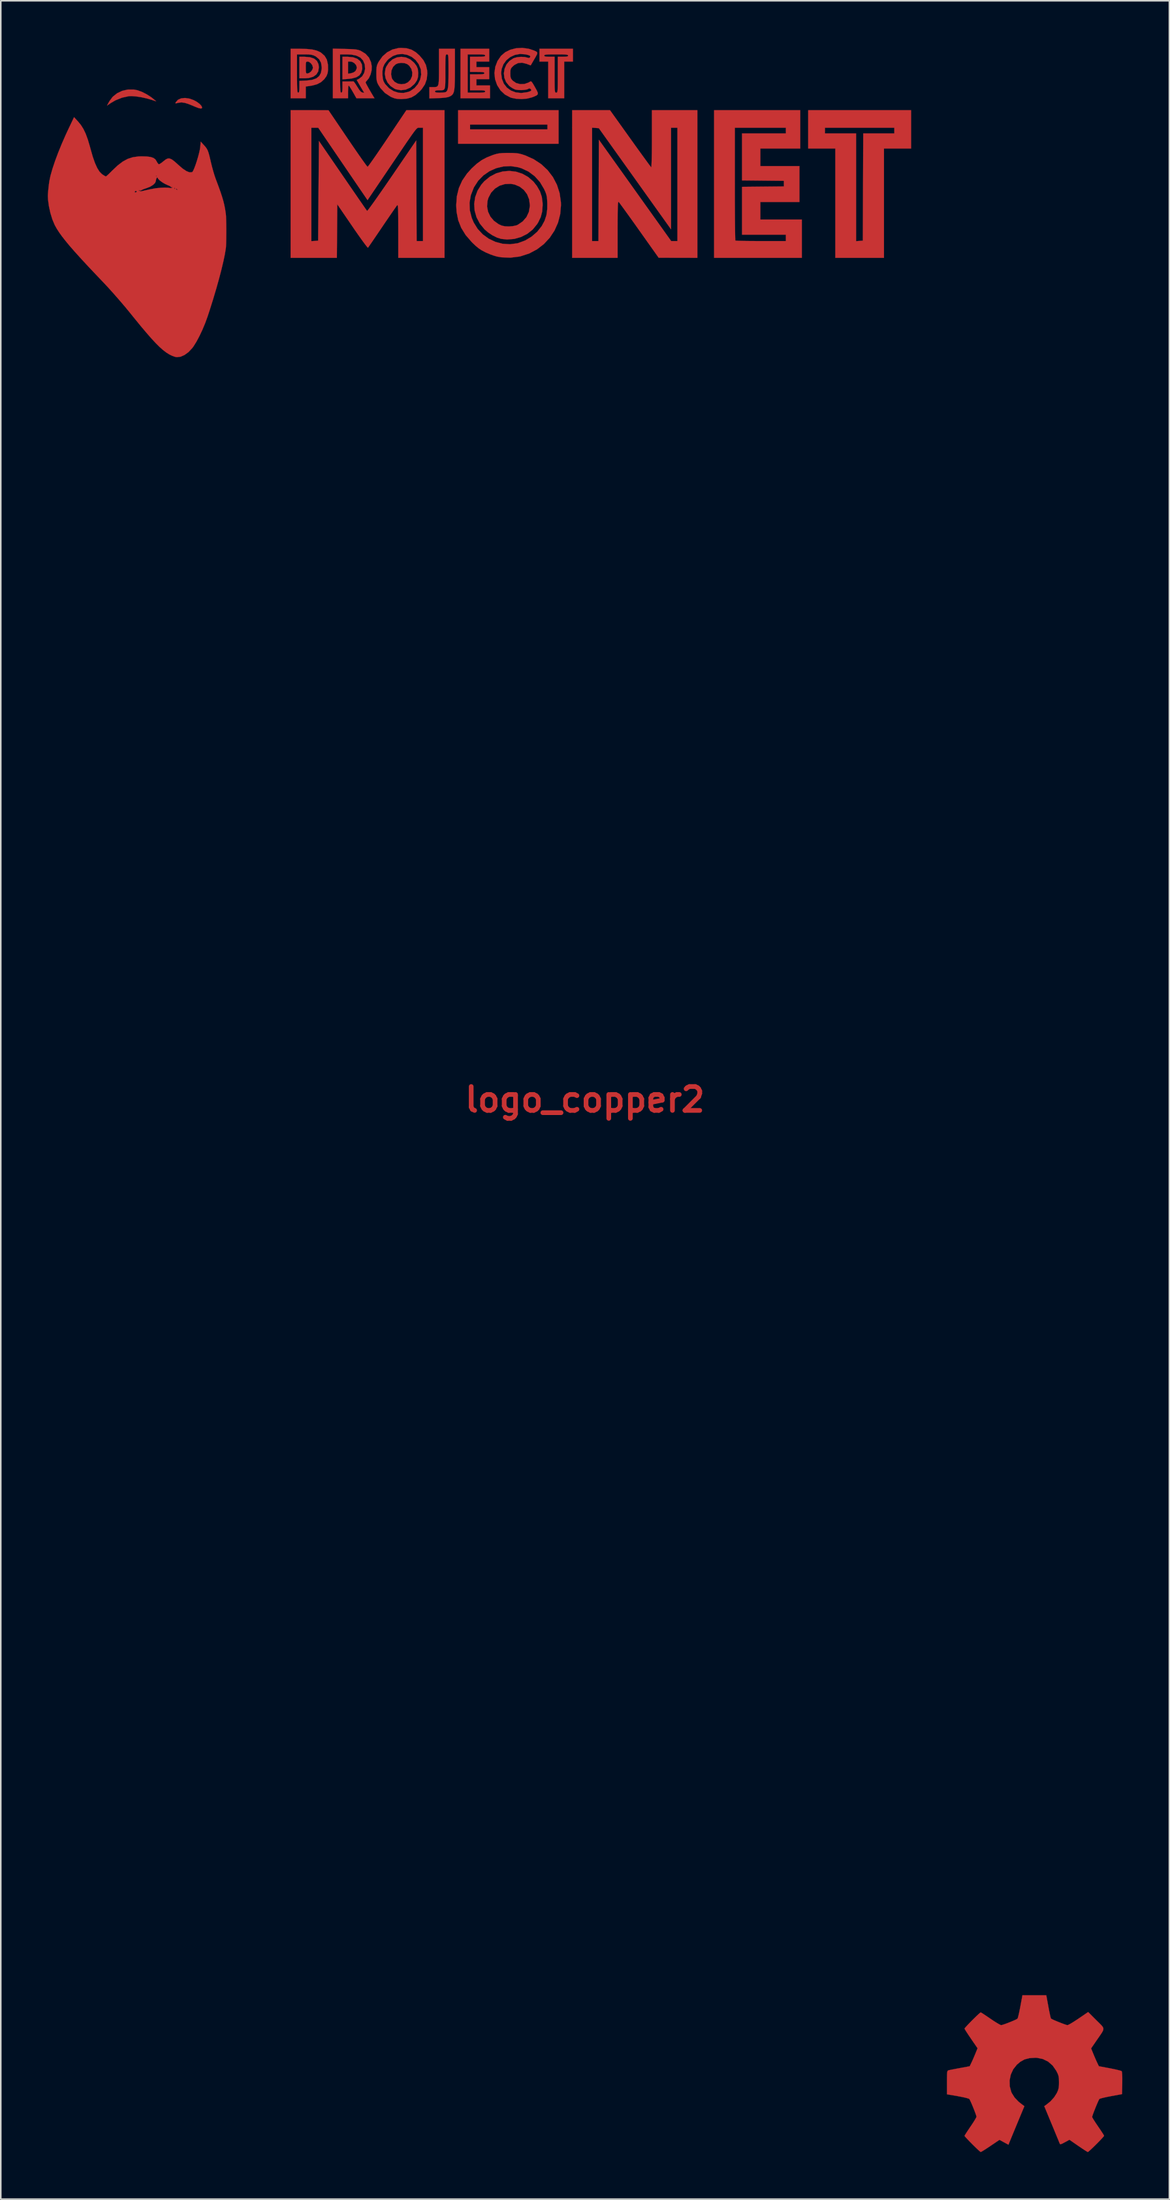
<source format=kicad_pcb>
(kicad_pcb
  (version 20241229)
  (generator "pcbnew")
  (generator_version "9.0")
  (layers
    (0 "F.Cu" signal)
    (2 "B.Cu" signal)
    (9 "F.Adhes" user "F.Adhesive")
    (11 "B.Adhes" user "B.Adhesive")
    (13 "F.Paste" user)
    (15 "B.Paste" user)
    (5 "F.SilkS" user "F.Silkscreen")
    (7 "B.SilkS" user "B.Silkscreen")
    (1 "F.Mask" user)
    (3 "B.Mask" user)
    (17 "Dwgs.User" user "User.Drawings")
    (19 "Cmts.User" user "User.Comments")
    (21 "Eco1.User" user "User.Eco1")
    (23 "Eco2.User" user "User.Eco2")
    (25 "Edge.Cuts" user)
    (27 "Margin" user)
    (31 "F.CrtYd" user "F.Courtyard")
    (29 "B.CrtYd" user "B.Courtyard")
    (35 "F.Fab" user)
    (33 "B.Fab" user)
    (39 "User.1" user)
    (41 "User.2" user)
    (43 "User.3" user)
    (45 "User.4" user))
  (footprint "logo_copper2"
    (layer "F.Cu")
    (at 34.282 67.1)
    (property "Reference" "logo_copper2" (at 0 0 0) (layer "F.Cu") (effects (font (size 1.524 1.524) (thickness 0.3))))
    (attr through_hole)
    (fp_poly (pts (xy -1.68 -60.98) (xy -8.093 -60.98) (xy -8.093 -62.202) (xy -7.33 -62.202) (xy -7.33 -61.897) (xy -2.392 -61.897) (xy -2.392 -62.202) (xy -7.33 -62.202) (xy -8.093 -62.202) (xy -8.093 -63.118) (xy -1.68 -63.118) (xy -1.68 -60.98)) (stroke (width 0.01) (type solid)) (fill yes) (layer "F.Cu"))
    (fp_poly (pts (xy 20.819 -60.675) (xy 19.088 -60.675) (xy 19.088 -53.701) (xy 15.983 -53.701) (xy 15.983 -60.675) (xy 14.253 -60.675) (xy 14.253 -61.998) (xy 15.321 -61.998) (xy 15.321 -61.642) (xy 17.307 -61.642) (xy 17.307 -54.764) (xy 17.739 -54.796) (xy 17.752 -58.219) (xy 17.765 -61.642) (xy 19.75 -61.642) (xy 19.75 -61.998) (xy 15.321 -61.998) (xy 14.253 -61.998) (xy 14.253 -63.118) (xy 20.819 -63.118) (xy 20.819 -60.675)) (stroke (width 0.01) (type solid)) (fill yes) (layer "F.Cu"))
    (fp_poly (pts (xy -28.791 -64.438) (xy -28.556 -64.392) (xy -28.277 -64.291) (xy -27.974 -64.137) (xy -27.691 -63.956) (xy -27.564 -63.857) (xy -27.362 -63.684) (xy -27.66 -63.783) (xy -27.985 -63.876) (xy -28.325 -63.949) (xy -28.652 -63.999) (xy -28.936 -64.02) (xy -29.107 -64.014) (xy -29.541 -63.919) (xy -29.968 -63.747) (xy -30.226 -63.598) (xy -30.501 -63.415) (xy -30.356 -63.683) (xy -30.143 -63.971) (xy -29.863 -64.197) (xy -29.533 -64.355) (xy -29.169 -64.438) (xy -28.791 -64.438)) (stroke (width 0.01) (type solid)) (fill yes) (layer "F.Cu"))
    (fp_poly (pts (xy -25.242 -63.859) (xy -24.975 -63.765) (xy -24.765 -63.65) (xy -24.591 -63.52) (xy -24.474 -63.393) (xy -24.433 -63.289) (xy -24.457 -63.236) (xy -24.536 -63.228) (xy -24.68 -63.264) (xy -24.898 -63.348) (xy -25.018 -63.4) (xy -25.317 -63.521) (xy -25.553 -63.592) (xy -25.748 -63.616) (xy -25.923 -63.598) (xy -25.975 -63.586) (xy -26.094 -63.556) (xy -26.135 -63.564) (xy -26.119 -63.614) (xy -26.11 -63.631) (xy -25.974 -63.784) (xy -25.773 -63.874) (xy -25.523 -63.9) (xy -25.242 -63.859)) (stroke (width 0.01) (type solid)) (fill yes) (layer "F.Cu"))
    (fp_poly (pts (xy -14.796 -66.496) (xy -14.53 -66.401) (xy -14.341 -66.248) (xy -14.233 -66.04) (xy -14.21 -65.781) (xy -14.214 -65.745) (xy -14.273 -65.514) (xy -14.396 -65.34) (xy -14.592 -65.219) (xy -14.869 -65.144) (xy -15.098 -65.117) (xy -15.474 -65.089) (xy -15.474 -66.223) (xy -15.118 -66.223) (xy -15.118 -65.446) (xy -14.927 -65.477) (xy -14.775 -65.526) (xy -14.657 -65.605) (xy -14.647 -65.617) (xy -14.579 -65.745) (xy -14.558 -65.849) (xy -14.603 -65.997) (xy -14.718 -66.127) (xy -14.871 -66.209) (xy -14.963 -66.223) (xy -15.118 -66.223) (xy -15.474 -66.223) (xy -15.474 -66.529) (xy -15.134 -66.529) (xy -14.796 -66.496)) (stroke (width 0.01) (type solid)) (fill yes) (layer "F.Cu"))
    (fp_poly (pts (xy -17.549 -66.5) (xy -17.287 -66.413) (xy -17.107 -66.267) (xy -17.005 -66.06) (xy -16.979 -65.858) (xy -17.018 -65.601) (xy -17.14 -65.399) (xy -17.341 -65.255) (xy -17.619 -65.174) (xy -17.879 -65.154) (xy -18.223 -65.154) (xy -18.223 -65.841) (xy -17.816 -65.841) (xy -17.813 -65.646) (xy -17.803 -65.532) (xy -17.777 -65.477) (xy -17.732 -65.46) (xy -17.712 -65.46) (xy -17.605 -65.494) (xy -17.489 -65.578) (xy -17.482 -65.585) (xy -17.396 -65.706) (xy -17.358 -65.827) (xy -17.358 -65.832) (xy -17.396 -65.982) (xy -17.491 -66.117) (xy -17.615 -66.206) (xy -17.692 -66.223) (xy -17.755 -66.218) (xy -17.792 -66.188) (xy -17.81 -66.112) (xy -17.815 -65.969) (xy -17.816 -65.841) (xy -18.223 -65.841) (xy -18.223 -66.529) (xy -17.893 -66.529) (xy -17.549 -66.5)) (stroke (width 0.01) (type solid)) (fill yes) (layer "F.Cu"))
    (fp_poly (pts (xy 13.743 -60.675) (xy 11.198 -60.675) (xy 11.198 -59.555) (xy 13.693 -59.555) (xy 13.693 -57.265) (xy 11.198 -57.265) (xy 11.198 -56.145) (xy 13.845 -56.145) (xy 13.845 -53.701) (xy 8.246 -53.701) (xy 8.246 -61.998) (xy 9.57 -61.998) (xy 9.57 -58.418) (xy 9.57 -57.824) (xy 9.571 -57.259) (xy 9.574 -56.732) (xy 9.576 -56.252) (xy 9.58 -55.827) (xy 9.584 -55.464) (xy 9.589 -55.172) (xy 9.594 -54.96) (xy 9.599 -54.835) (xy 9.603 -54.804) (xy 9.661 -54.796) (xy 9.808 -54.788) (xy 10.031 -54.782) (xy 10.319 -54.776) (xy 10.658 -54.773) (xy 11.037 -54.771) (xy 11.232 -54.77) (xy 12.827 -54.77) (xy 12.827 -55.178) (xy 10.028 -55.178) (xy 10.028 -58.23) (xy 11.364 -58.244) (xy 12.7 -58.257) (xy 12.7 -58.613) (xy 11.364 -58.627) (xy 10.028 -58.641) (xy 10.028 -61.642) (xy 12.827 -61.642) (xy 12.827 -61.998) (xy 9.57 -61.998) (xy 8.246 -61.998) (xy 8.246 -63.118) (xy 13.743 -63.118) (xy 13.743 -60.675)) (stroke (width 0.01) (type solid)) (fill yes) (layer "F.Cu"))
    (fp_poly (pts (xy -11.424 -66.485) (xy -11.146 -66.359) (xy -10.898 -66.145) (xy -10.897 -66.144) (xy -10.749 -65.948) (xy -10.668 -65.761) (xy -10.64 -65.536) (xy -10.638 -65.46) (xy -10.655 -65.219) (xy -10.717 -65.028) (xy -10.841 -64.842) (xy -10.902 -64.77) (xy -11.148 -64.56) (xy -11.434 -64.433) (xy -11.74 -64.394) (xy -12.046 -64.448) (xy -12.141 -64.486) (xy -12.402 -64.656) (xy -12.599 -64.888) (xy -12.725 -65.163) (xy -12.765 -65.418) (xy -12.372 -65.418) (xy -12.324 -65.174) (xy -12.292 -65.102) (xy -12.15 -64.93) (xy -11.95 -64.819) (xy -11.719 -64.776) (xy -11.484 -64.806) (xy -11.3 -64.895) (xy -11.127 -65.071) (xy -11.033 -65.288) (xy -11.016 -65.524) (xy -11.076 -65.754) (xy -11.213 -65.956) (xy -11.332 -66.054) (xy -11.511 -66.122) (xy -11.731 -66.139) (xy -11.946 -66.106) (xy -12.079 -66.047) (xy -12.243 -65.883) (xy -12.342 -65.664) (xy -12.372 -65.418) (xy -12.765 -65.418) (xy -12.771 -65.46) (xy -12.73 -65.759) (xy -12.68 -65.892) (xy -12.503 -66.166) (xy -12.273 -66.365) (xy -12.005 -66.486) (xy -11.716 -66.527) (xy -11.424 -66.485)) (stroke (width 0.01) (type solid)) (fill yes) (layer "F.Cu"))
    (fp_poly (pts (xy -0.764 -66.223) (xy -1.323 -66.223) (xy -1.323 -63.882) (xy -2.341 -63.882) (xy -2.341 -66.223) (xy -2.901 -66.223) (xy -2.901 -66.605) (xy -2.596 -66.605) (xy -2.574 -66.562) (xy -2.495 -66.538) (xy -2.34 -66.529) (xy -2.265 -66.529) (xy -1.934 -66.529) (xy -1.934 -65.383) (xy -1.934 -65.014) (xy -1.932 -64.734) (xy -1.928 -64.531) (xy -1.92 -64.392) (xy -1.908 -64.306) (xy -1.89 -64.26) (xy -1.864 -64.241) (xy -1.832 -64.238) (xy -1.8 -64.242) (xy -1.775 -64.261) (xy -1.757 -64.308) (xy -1.744 -64.396) (xy -1.737 -64.536) (xy -1.733 -64.741) (xy -1.731 -65.024) (xy -1.731 -65.383) (xy -1.731 -66.529) (xy -1.4 -66.529) (xy -1.214 -66.534) (xy -1.111 -66.552) (xy -1.071 -66.588) (xy -1.069 -66.605) (xy -1.083 -66.635) (xy -1.134 -66.656) (xy -1.236 -66.67) (xy -1.404 -66.678) (xy -1.651 -66.681) (xy -1.832 -66.681) (xy -2.131 -66.68) (xy -2.342 -66.675) (xy -2.48 -66.665) (xy -2.559 -66.648) (xy -2.592 -66.623) (xy -2.596 -66.605) (xy -2.901 -66.605) (xy -2.901 -67.038) (xy -0.764 -67.038) (xy -0.764 -66.223)) (stroke (width 0.01) (type solid)) (fill yes) (layer "F.Cu"))
    (fp_poly (pts (xy -6.108 -66.223) (xy -6.923 -66.223) (xy -6.923 -65.867) (xy -6.108 -65.867) (xy -6.108 -65.103) (xy -6.923 -65.103) (xy -6.923 -64.696) (xy -6.057 -64.696) (xy -6.057 -63.882) (xy -7.941 -63.882) (xy -7.941 -66.681) (xy -7.483 -66.681) (xy -7.483 -64.238) (xy -6.923 -64.238) (xy -6.672 -64.24) (xy -6.507 -64.248) (xy -6.411 -64.264) (xy -6.369 -64.291) (xy -6.363 -64.314) (xy -6.38 -64.351) (xy -6.443 -64.374) (xy -6.57 -64.386) (xy -6.776 -64.391) (xy -6.846 -64.391) (xy -7.33 -64.391) (xy -7.33 -65.409) (xy -6.872 -65.409) (xy -6.648 -65.412) (xy -6.509 -65.423) (xy -6.437 -65.444) (xy -6.414 -65.48) (xy -6.414 -65.485) (xy -6.431 -65.522) (xy -6.497 -65.546) (xy -6.626 -65.558) (xy -6.838 -65.561) (xy -6.872 -65.562) (xy -7.33 -65.562) (xy -7.33 -66.529) (xy -6.846 -66.529) (xy -6.616 -66.531) (xy -6.47 -66.541) (xy -6.392 -66.561) (xy -6.364 -66.594) (xy -6.363 -66.605) (xy -6.379 -66.639) (xy -6.437 -66.662) (xy -6.555 -66.675) (xy -6.748 -66.68) (xy -6.923 -66.681) (xy -7.483 -66.681) (xy -7.941 -66.681) (xy -7.941 -67.038) (xy -6.108 -67.038) (xy -6.108 -66.223)) (stroke (width 0.01) (type solid)) (fill yes) (layer "F.Cu"))
    (fp_poly (pts (xy -17.734 -67.026) (xy -17.393 -66.989) (xy -17.122 -66.924) (xy -16.904 -66.827) (xy -16.833 -66.783) (xy -16.61 -66.584) (xy -16.47 -66.344) (xy -16.404 -66.045) (xy -16.399 -65.989) (xy -16.393 -65.702) (xy -16.421 -65.482) (xy -16.492 -65.3) (xy -16.614 -65.127) (xy -16.647 -65.087) (xy -16.845 -64.908) (xy -17.085 -64.78) (xy -17.389 -64.695) (xy -17.574 -64.664) (xy -17.816 -64.631) (xy -17.816 -63.882) (xy -18.783 -63.882) (xy -18.783 -66.681) (xy -18.376 -66.681) (xy -18.376 -65.46) (xy -18.375 -65.071) (xy -18.372 -64.773) (xy -18.367 -64.554) (xy -18.358 -64.402) (xy -18.345 -64.306) (xy -18.328 -64.256) (xy -18.305 -64.239) (xy -18.299 -64.238) (xy -18.259 -64.258) (xy -18.235 -64.331) (xy -18.224 -64.476) (xy -18.223 -64.614) (xy -18.223 -64.989) (xy -17.775 -65.011) (xy -17.42 -65.053) (xy -17.151 -65.145) (xy -16.962 -65.293) (xy -16.847 -65.5) (xy -16.799 -65.773) (xy -16.798 -65.85) (xy -16.839 -66.141) (xy -16.965 -66.373) (xy -17.174 -66.548) (xy -17.205 -66.566) (xy -17.333 -66.624) (xy -17.467 -66.659) (xy -17.638 -66.676) (xy -17.878 -66.681) (xy -17.9 -66.681) (xy -18.376 -66.681) (xy -18.783 -66.681) (xy -18.783 -67.038) (xy -18.158 -67.038) (xy -17.734 -67.026)) (stroke (width 0.01) (type solid)) (fill yes) (layer "F.Cu"))
    (fp_poly (pts (xy 7.177 -53.701) (xy 5.943 -53.704) (xy 4.708 -53.706) (xy 3.461 -55.463) (xy 3.194 -55.839) (xy 2.944 -56.189) (xy 2.716 -56.506) (xy 2.518 -56.78) (xy 2.356 -57.002) (xy 2.237 -57.164) (xy 2.166 -57.256) (xy 2.151 -57.274) (xy 2.133 -57.27) (xy 2.119 -57.221) (xy 2.108 -57.118) (xy 2.1 -56.953) (xy 2.094 -56.72) (xy 2.09 -56.408) (xy 2.088 -56.011) (xy 2.087 -55.52) (xy 2.087 -53.701) (xy -0.814 -53.701) (xy -0.814 -54.77) (xy 0.458 -54.77) (xy 0.865 -54.77) (xy 0.878 -58.003) (xy 0.891 -61.236) (xy 5.508 -54.77) (xy 5.905 -54.77) (xy 5.905 -61.998) (xy 5.497 -61.998) (xy 5.497 -55.519) (xy 3.193 -58.746) (xy 0.888 -61.973) (xy 0.673 -61.989) (xy 0.458 -62.004) (xy 0.458 -54.77) (xy -0.814 -54.77) (xy -0.814 -63.118) (xy 0.394 -63.118) (xy 1.603 -63.118) (xy 2.898 -61.308) (xy 3.17 -60.929) (xy 3.424 -60.575) (xy 3.655 -60.256) (xy 3.856 -59.98) (xy 4.02 -59.755) (xy 4.142 -59.591) (xy 4.215 -59.495) (xy 4.234 -59.473) (xy 4.244 -59.516) (xy 4.252 -59.65) (xy 4.26 -59.863) (xy 4.267 -60.144) (xy 4.272 -60.483) (xy 4.275 -60.868) (xy 4.276 -61.283) (xy 4.276 -63.118) (xy 7.177 -63.118) (xy 7.177 -53.701)) (stroke (width 0.01) (type solid)) (fill yes) (layer "F.Cu"))
    (fp_poly (pts (xy -4.4 -59.198) (xy -3.994 -59.067) (xy -3.617 -58.855) (xy -3.283 -58.562) (xy -3.063 -58.284) (xy -2.867 -57.939) (xy -2.751 -57.594) (xy -2.701 -57.212) (xy -2.698 -57.061) (xy -2.726 -56.659) (xy -2.816 -56.306) (xy -2.981 -55.963) (xy -3.051 -55.85) (xy -3.331 -55.508) (xy -3.677 -55.233) (xy -4.075 -55.031) (xy -4.508 -54.908) (xy -4.963 -54.871) (xy -5.345 -54.91) (xy -5.609 -54.992) (xy -5.901 -55.138) (xy -6.184 -55.327) (xy -6.406 -55.519) (xy -6.707 -55.886) (xy -6.917 -56.288) (xy -7.037 -56.71) (xy -7.055 -56.984) (xy -6.245 -56.984) (xy -6.182 -56.644) (xy -6.033 -56.332) (xy -5.807 -56.063) (xy -5.512 -55.85) (xy -5.308 -55.757) (xy -5.106 -55.713) (xy -4.855 -55.702) (xy -4.597 -55.723) (xy -4.374 -55.772) (xy -4.289 -55.807) (xy -3.97 -56.024) (xy -3.731 -56.3) (xy -3.578 -56.627) (xy -3.515 -56.996) (xy -3.513 -57.061) (xy -3.559 -57.43) (xy -3.69 -57.758) (xy -3.896 -58.033) (xy -4.167 -58.244) (xy -4.491 -58.379) (xy -4.729 -58.421) (xy -5.104 -58.407) (xy -5.447 -58.303) (xy -5.744 -58.117) (xy -5.985 -57.859) (xy -6.156 -57.537) (xy -6.215 -57.338) (xy -6.245 -56.984) (xy -7.055 -56.984) (xy -7.066 -57.142) (xy -7.005 -57.571) (xy -6.853 -57.986) (xy -6.61 -58.374) (xy -6.417 -58.592) (xy -6.058 -58.885) (xy -5.664 -59.091) (xy -5.248 -59.211) (xy -4.822 -59.247) (xy -4.4 -59.198)) (stroke (width 0.01) (type solid)) (fill yes) (layer "F.Cu"))
    (fp_poly (pts (xy -11.375 -67.07) (xy -11.069 -66.981) (xy -10.791 -66.815) (xy -10.558 -66.61) (xy -10.305 -66.309) (xy -10.145 -65.999) (xy -10.068 -65.657) (xy -10.058 -65.46) (xy -10.095 -65.094) (xy -10.21 -64.77) (xy -10.413 -64.467) (xy -10.558 -64.31) (xy -10.816 -64.085) (xy -11.07 -63.938) (xy -11.352 -63.858) (xy -11.694 -63.831) (xy -11.734 -63.831) (xy -11.962 -63.84) (xy -12.141 -63.874) (xy -12.325 -63.945) (xy -12.408 -63.985) (xy -12.761 -64.218) (xy -13.049 -64.527) (xy -13.194 -64.758) (xy -13.252 -64.882) (xy -13.287 -65.013) (xy -13.305 -65.18) (xy -13.311 -65.412) (xy -13.311 -65.46) (xy -13.309 -65.601) (xy -12.923 -65.601) (xy -12.92 -65.355) (xy -12.899 -65.139) (xy -12.858 -64.982) (xy -12.782 -64.839) (xy -12.748 -64.789) (xy -12.508 -64.526) (xy -12.221 -64.34) (xy -11.904 -64.237) (xy -11.574 -64.221) (xy -11.249 -64.296) (xy -11.147 -64.342) (xy -10.876 -64.529) (xy -10.663 -64.778) (xy -10.517 -65.07) (xy -10.449 -65.382) (xy -10.468 -65.694) (xy -10.479 -65.741) (xy -10.612 -66.064) (xy -10.81 -66.326) (xy -11.058 -66.523) (xy -11.342 -66.651) (xy -11.645 -66.705) (xy -11.953 -66.683) (xy -12.25 -66.58) (xy -12.521 -66.392) (xy -12.62 -66.291) (xy -12.786 -66.072) (xy -12.883 -65.853) (xy -12.923 -65.601) (xy -13.309 -65.601) (xy -13.308 -65.696) (xy -13.295 -65.863) (xy -13.266 -65.992) (xy -13.213 -66.115) (xy -13.161 -66.213) (xy -12.923 -66.549) (xy -12.625 -66.812) (xy -12.28 -66.993) (xy -11.903 -67.085) (xy -11.738 -67.095) (xy -11.375 -67.07)) (stroke (width 0.01) (type solid)) (fill yes) (layer "F.Cu"))
    (fp_poly (pts (xy -8.297 -65.738) (xy -8.298 -65.294) (xy -8.303 -64.94) (xy -8.314 -64.664) (xy -8.334 -64.454) (xy -8.363 -64.3) (xy -8.405 -64.188) (xy -8.462 -64.108) (xy -8.535 -64.047) (xy -8.611 -64.002) (xy -8.734 -63.955) (xy -8.908 -63.922) (xy -9.154 -63.9) (xy -9.353 -63.891) (xy -9.926 -63.871) (xy -9.926 -64.314) (xy -9.57 -64.314) (xy -9.547 -64.271) (xy -9.466 -64.247) (xy -9.309 -64.239) (xy -9.251 -64.239) (xy -9.075 -64.245) (xy -8.938 -64.26) (xy -8.877 -64.277) (xy -8.822 -64.326) (xy -8.779 -64.398) (xy -8.748 -64.506) (xy -8.727 -64.662) (xy -8.713 -64.88) (xy -8.706 -65.172) (xy -8.704 -65.551) (xy -8.704 -65.609) (xy -8.705 -65.965) (xy -8.706 -66.232) (xy -8.711 -66.423) (xy -8.72 -66.55) (xy -8.734 -66.627) (xy -8.754 -66.666) (xy -8.782 -66.68) (xy -8.806 -66.681) (xy -8.839 -66.678) (xy -8.864 -66.658) (xy -8.882 -66.61) (xy -8.895 -66.521) (xy -8.902 -66.379) (xy -8.906 -66.17) (xy -8.908 -65.883) (xy -8.908 -65.567) (xy -8.907 -65.191) (xy -8.909 -64.905) (xy -8.918 -64.697) (xy -8.936 -64.553) (xy -8.97 -64.463) (xy -9.023 -64.414) (xy -9.1 -64.394) (xy -9.204 -64.39) (xy -9.319 -64.391) (xy -9.478 -64.382) (xy -9.554 -64.353) (xy -9.57 -64.314) (xy -9.926 -64.314) (xy -9.926 -64.594) (xy -9.719 -64.594) (xy -9.595 -64.595) (xy -9.499 -64.603) (xy -9.428 -64.632) (xy -9.378 -64.693) (xy -9.345 -64.797) (xy -9.327 -64.957) (xy -9.318 -65.184) (xy -9.315 -65.489) (xy -9.315 -65.869) (xy -9.315 -67.038) (xy -8.297 -67.038) (xy -8.297 -65.738)) (stroke (width 0.01) (type solid)) (fill yes) (layer "F.Cu"))
    (fp_poly (pts (xy -15.309 -67.029) (xy -14.994 -67.02) (xy -14.76 -67.007) (xy -14.588 -66.989) (xy -14.458 -66.962) (xy -14.348 -66.924) (xy -14.303 -66.904) (xy -14.001 -66.718) (xy -13.785 -66.478) (xy -13.651 -66.181) (xy -13.605 -65.92) (xy -13.614 -65.661) (xy -13.679 -65.397) (xy -13.787 -65.165) (xy -13.901 -65.023) (xy -13.974 -64.942) (xy -13.998 -64.895) (xy -13.973 -64.831) (xy -13.902 -64.695) (xy -13.794 -64.5) (xy -13.655 -64.261) (xy -13.529 -64.047) (xy -13.43 -63.882) (xy -14.583 -63.882) (xy -14.812 -64.288) (xy -14.917 -64.466) (xy -15.005 -64.605) (xy -15.065 -64.684) (xy -15.08 -64.695) (xy -15.097 -64.649) (xy -15.111 -64.525) (xy -15.117 -64.347) (xy -15.118 -64.289) (xy -15.118 -63.882) (xy -16.085 -63.882) (xy -16.085 -65.46) (xy -15.627 -65.46) (xy -15.626 -65.071) (xy -15.623 -64.773) (xy -15.618 -64.554) (xy -15.609 -64.402) (xy -15.597 -64.306) (xy -15.579 -64.256) (xy -15.556 -64.239) (xy -15.551 -64.238) (xy -15.509 -64.259) (xy -15.485 -64.334) (xy -15.475 -64.483) (xy -15.474 -64.594) (xy -15.474 -64.951) (xy -15.143 -64.951) (xy -14.967 -64.952) (xy -14.834 -64.955) (xy -14.774 -64.959) (xy -14.733 -64.922) (xy -14.655 -64.816) (xy -14.558 -64.663) (xy -14.529 -64.615) (xy -14.398 -64.411) (xy -14.293 -64.292) (xy -14.204 -64.246) (xy -14.204 -64.246) (xy -14.086 -64.229) (xy -14.188 -64.399) (xy -14.276 -64.547) (xy -14.381 -64.727) (xy -14.427 -64.808) (xy -14.564 -65.047) (xy -14.409 -65.127) (xy -14.22 -65.278) (xy -14.091 -65.494) (xy -14.03 -65.748) (xy -14.049 -66.017) (xy -14.055 -66.045) (xy -14.16 -66.292) (xy -14.332 -66.476) (xy -14.576 -66.599) (xy -14.898 -66.666) (xy -15.181 -66.68) (xy -15.627 -66.681) (xy -15.627 -65.46) (xy -16.085 -65.46) (xy -16.085 -67.047) (xy -15.309 -67.029)) (stroke (width 0.01) (type solid)) (fill yes) (layer "F.Cu"))
    (fp_poly (pts (xy -4.584 -60.389) (xy -4.375 -60.377) (xy -4.202 -60.352) (xy -4.032 -60.309) (xy -3.831 -60.243) (xy -3.812 -60.236) (xy -3.27 -59.994) (xy -2.79 -59.678) (xy -2.379 -59.295) (xy -2.042 -58.854) (xy -1.785 -58.362) (xy -1.613 -57.827) (xy -1.533 -57.258) (xy -1.527 -57.061) (xy -1.576 -56.488) (xy -1.716 -55.944) (xy -1.942 -55.439) (xy -2.245 -54.982) (xy -2.619 -54.58) (xy -3.056 -54.244) (xy -3.549 -53.982) (xy -4.09 -53.804) (xy -4.191 -53.781) (xy -4.753 -53.712) (xy -5.313 -53.733) (xy -5.599 -53.781) (xy -5.802 -53.838) (xy -6.05 -53.927) (xy -6.297 -54.032) (xy -6.363 -54.064) (xy -6.589 -54.183) (xy -6.783 -54.311) (xy -6.974 -54.468) (xy -7.195 -54.679) (xy -7.229 -54.714) (xy -7.611 -55.155) (xy -7.895 -55.615) (xy -8.087 -56.103) (xy -8.191 -56.632) (xy -8.214 -57.061) (xy -8.203 -57.213) (xy -7.364 -57.213) (xy -7.346 -56.735) (xy -7.225 -56.257) (xy -7.096 -55.95) (xy -6.842 -55.542) (xy -6.518 -55.197) (xy -6.136 -54.92) (xy -5.711 -54.719) (xy -5.256 -54.6) (xy -4.785 -54.568) (xy -4.311 -54.63) (xy -4.26 -54.643) (xy -3.819 -54.806) (xy -3.406 -55.052) (xy -3.045 -55.363) (xy -2.758 -55.725) (xy -2.758 -55.725) (xy -2.573 -56.068) (xy -2.457 -56.42) (xy -2.404 -56.809) (xy -2.401 -57.163) (xy -2.412 -57.415) (xy -2.431 -57.6) (xy -2.466 -57.753) (xy -2.523 -57.909) (xy -2.608 -58.094) (xy -2.87 -58.535) (xy -3.202 -58.906) (xy -3.595 -59.201) (xy -4.041 -59.412) (xy -4.252 -59.477) (xy -4.729 -59.551) (xy -5.204 -59.53) (xy -5.663 -59.42) (xy -6.093 -59.227) (xy -6.481 -58.958) (xy -6.812 -58.618) (xy -7.074 -58.214) (xy -7.096 -58.171) (xy -7.281 -57.691) (xy -7.364 -57.213) (xy -8.203 -57.213) (xy -8.173 -57.629) (xy -8.046 -58.149) (xy -7.831 -58.63) (xy -7.521 -59.082) (xy -7.23 -59.403) (xy -6.908 -59.7) (xy -6.599 -59.927) (xy -6.267 -60.106) (xy -5.878 -60.259) (xy -5.828 -60.276) (xy -5.646 -60.331) (xy -5.472 -60.366) (xy -5.274 -60.385) (xy -5.023 -60.393) (xy -4.861 -60.393) (xy -4.584 -60.389)) (stroke (width 0.01) (type solid)) (fill yes) (layer "F.Cu"))
    (fp_poly (pts (xy -3.596 -67.042) (xy -3.256 -66.93) (xy -3.134 -66.877) (xy -3.061 -66.829) (xy -3.037 -66.768) (xy -3.062 -66.675) (xy -3.138 -66.531) (xy -3.257 -66.327) (xy -3.46 -65.978) (xy -3.724 -66.078) (xy -4.01 -66.149) (xy -4.262 -66.127) (xy -4.491 -66.011) (xy -4.575 -65.942) (xy -4.679 -65.839) (xy -4.734 -65.748) (xy -4.756 -65.63) (xy -4.759 -65.465) (xy -4.754 -65.283) (xy -4.728 -65.164) (xy -4.668 -65.07) (xy -4.602 -64.999) (xy -4.389 -64.853) (xy -4.133 -64.784) (xy -3.862 -64.792) (xy -3.604 -64.881) (xy -3.541 -64.918) (xy -3.483 -64.952) (xy -3.436 -64.956) (xy -3.386 -64.914) (xy -3.318 -64.815) (xy -3.219 -64.645) (xy -3.183 -64.581) (xy -3.067 -64.372) (xy -3.007 -64.231) (xy -3.01 -64.135) (xy -3.084 -64.064) (xy -3.234 -63.994) (xy -3.397 -63.933) (xy -3.69 -63.859) (xy -4.032 -63.831) (xy -4.378 -63.848) (xy -4.687 -63.909) (xy -4.763 -63.936) (xy -5.107 -64.12) (xy -5.388 -64.385) (xy -5.604 -64.723) (xy -5.735 -65.101) (xy -5.773 -65.484) (xy -5.345 -65.484) (xy -5.3 -65.123) (xy -5.175 -64.812) (xy -4.978 -64.56) (xy -4.72 -64.372) (xy -4.413 -64.256) (xy -4.065 -64.218) (xy -3.688 -64.267) (xy -3.576 -64.297) (xy -3.448 -64.35) (xy -3.416 -64.409) (xy -3.475 -64.483) (xy -3.478 -64.485) (xy -3.559 -64.513) (xy -3.599 -64.487) (xy -3.694 -64.444) (xy -3.856 -64.415) (xy -4.053 -64.402) (xy -4.252 -64.407) (xy -4.419 -64.432) (xy -4.453 -64.441) (xy -4.608 -64.516) (xy -4.778 -64.629) (xy -4.843 -64.683) (xy -5.033 -64.918) (xy -5.142 -65.19) (xy -5.171 -65.479) (xy -5.125 -65.767) (xy -5.007 -66.034) (xy -4.818 -66.261) (xy -4.564 -66.43) (xy -4.556 -66.434) (xy -4.34 -66.498) (xy -4.084 -66.525) (xy -3.837 -66.513) (xy -3.685 -66.476) (xy -3.57 -66.448) (xy -3.509 -66.483) (xy -3.507 -66.486) (xy -3.484 -66.552) (xy -3.52 -66.602) (xy -3.631 -66.644) (xy -3.793 -66.682) (xy -4.141 -66.708) (xy -4.47 -66.647) (xy -4.765 -66.51) (xy -5.014 -66.307) (xy -5.202 -66.048) (xy -5.316 -65.744) (xy -5.345 -65.484) (xy -5.773 -65.484) (xy -5.774 -65.495) (xy -5.721 -65.887) (xy -5.58 -66.257) (xy -5.356 -66.585) (xy -5.089 -66.815) (xy -4.761 -66.978) (xy -4.39 -67.073) (xy -3.996 -67.095) (xy -3.596 -67.042)) (stroke (width 0.01) (type solid)) (fill yes) (layer "F.Cu"))
    (fp_poly (pts (xy -8.959 -53.701) (xy -11.911 -53.701) (xy -11.911 -55.418) (xy -11.912 -55.886) (xy -11.913 -56.262) (xy -11.917 -56.554) (xy -11.922 -56.771) (xy -11.93 -56.921) (xy -11.941 -57.015) (xy -11.955 -57.06) (xy -11.972 -57.066) (xy -11.98 -57.059) (xy -12.026 -57) (xy -12.12 -56.866) (xy -12.256 -56.671) (xy -12.426 -56.424) (xy -12.623 -56.137) (xy -12.839 -55.82) (xy -12.929 -55.687) (xy -13.148 -55.363) (xy -13.35 -55.066) (xy -13.527 -54.806) (xy -13.672 -54.595) (xy -13.778 -54.442) (xy -13.837 -54.358) (xy -13.846 -54.346) (xy -13.882 -54.377) (xy -13.969 -54.482) (xy -14.099 -54.653) (xy -14.264 -54.88) (xy -14.459 -55.154) (xy -14.677 -55.466) (xy -14.844 -55.71) (xy -15.805 -57.116) (xy -15.818 -55.409) (xy -15.832 -53.701) (xy -18.783 -53.701) (xy -18.783 -61.998) (xy -17.459 -61.998) (xy -17.459 -54.764) (xy -17.027 -54.796) (xy -17.001 -57.977) (xy -16.976 -61.157) (xy -15.456 -58.944) (xy -15.165 -58.52) (xy -14.891 -58.121) (xy -14.639 -57.756) (xy -14.416 -57.431) (xy -14.225 -57.156) (xy -14.074 -56.937) (xy -13.967 -56.784) (xy -13.909 -56.703) (xy -13.901 -56.692) (xy -13.867 -56.726) (xy -13.781 -56.836) (xy -13.648 -57.016) (xy -13.474 -57.257) (xy -13.265 -57.552) (xy -13.025 -57.895) (xy -12.76 -58.276) (xy -12.476 -58.689) (xy -12.316 -58.922) (xy -10.766 -61.19) (xy -10.753 -57.98) (xy -10.74 -54.77) (xy -10.333 -54.77) (xy -10.333 -61.998) (xy -10.534 -61.998) (xy -10.575 -62.001) (xy -10.61 -62.003) (xy -10.643 -62.001) (xy -10.679 -61.987) (xy -10.721 -61.955) (xy -10.775 -61.901) (xy -10.845 -61.818) (xy -10.935 -61.699) (xy -11.05 -61.54) (xy -11.194 -61.334) (xy -11.373 -61.075) (xy -11.589 -60.757) (xy -11.848 -60.375) (xy -12.154 -59.923) (xy -12.512 -59.394) (xy -12.63 -59.219) (xy -13.874 -57.382) (xy -15.447 -59.69) (xy -17.019 -61.998) (xy -17.459 -61.998) (xy -18.783 -61.998) (xy -18.783 -63.118) (xy -17.574 -63.118) (xy -16.365 -63.117) (xy -15.143 -61.312) (xy -14.884 -60.931) (xy -14.641 -60.577) (xy -14.421 -60.259) (xy -14.229 -59.986) (xy -14.072 -59.767) (xy -13.956 -59.609) (xy -13.887 -59.523) (xy -13.871 -59.508) (xy -13.832 -59.549) (xy -13.744 -59.666) (xy -13.611 -59.851) (xy -13.44 -60.094) (xy -13.237 -60.387) (xy -13.009 -60.721) (xy -12.76 -61.088) (xy -12.608 -61.313) (xy -11.397 -63.118) (xy -8.959 -63.118) (xy -8.959 -53.701)) (stroke (width 0.01) (type solid)) (fill yes) (layer "F.Cu"))
    (fp_poly (pts (xy -32.35 -62.398) (xy -32.166 -62.173) (xy -32.005 -61.917) (xy -31.861 -61.614) (xy -31.726 -61.246) (xy -31.593 -60.797) (xy -31.556 -60.66) (xy -31.413 -60.158) (xy -31.271 -59.751) (xy -31.128 -59.434) (xy -30.982 -59.2) (xy -30.828 -59.044) (xy -30.807 -59.028) (xy -30.683 -58.948) (xy -30.594 -58.9) (xy -30.573 -58.893) (xy -30.537 -58.919) (xy -27.385 -58.919) (xy -27.36 -58.893) (xy -27.334 -58.919) (xy -27.36 -58.944) (xy -27.385 -58.919) (xy -30.537 -58.919) (xy -30.524 -58.928) (xy -30.421 -59.02) (xy -30.28 -59.155) (xy -30.169 -59.267) (xy -29.82 -59.597) (xy -29.496 -59.843) (xy -29.179 -60.015) (xy -28.85 -60.121) (xy -28.492 -60.17) (xy -28.303 -60.176) (xy -27.967 -60.167) (xy -27.717 -60.135) (xy -27.538 -60.074) (xy -27.415 -59.981) (xy -27.346 -59.875) (xy -27.277 -59.753) (xy -27.213 -59.678) (xy -27.2 -59.671) (xy -27.134 -59.692) (xy -27.02 -59.766) (xy -26.899 -59.863) (xy -26.753 -59.977) (xy -26.626 -60.037) (xy -26.501 -60.038) (xy -26.361 -59.976) (xy -26.189 -59.847) (xy -25.967 -59.648) (xy -25.951 -59.633) (xy -25.672 -59.392) (xy -25.432 -59.233) (xy -25.235 -59.156) (xy -25.086 -59.164) (xy -25.058 -59.178) (xy -25.006 -59.251) (xy -24.937 -59.402) (xy -24.858 -59.61) (xy -24.776 -59.854) (xy -24.698 -60.114) (xy -24.63 -60.368) (xy -24.578 -60.595) (xy -24.551 -60.775) (xy -24.55 -60.781) (xy -24.521 -61.116) (xy -24.332 -60.908) (xy -24.224 -60.787) (xy -24.144 -60.678) (xy -24.08 -60.562) (xy -24.026 -60.417) (xy -23.971 -60.222) (xy -23.908 -59.957) (xy -23.878 -59.826) (xy -23.805 -59.529) (xy -23.72 -59.219) (xy -23.634 -58.936) (xy -23.566 -58.741) (xy -23.398 -58.292) (xy -23.264 -57.92) (xy -23.16 -57.605) (xy -23.079 -57.331) (xy -23.017 -57.078) (xy -22.968 -56.83) (xy -22.928 -56.568) (xy -22.919 -56.501) (xy -22.907 -56.353) (xy -22.898 -56.126) (xy -22.892 -55.844) (xy -22.889 -55.53) (xy -22.89 -55.207) (xy -22.893 -54.898) (xy -22.899 -54.627) (xy -22.909 -54.417) (xy -22.918 -54.312) (xy -22.979 -53.935) (xy -23.075 -53.475) (xy -23.201 -52.946) (xy -23.354 -52.36) (xy -23.531 -51.729) (xy -23.728 -51.067) (xy -23.942 -50.386) (xy -24.082 -49.96) (xy -24.237 -49.535) (xy -24.414 -49.111) (xy -24.604 -48.708) (xy -24.796 -48.349) (xy -24.978 -48.056) (xy -25.064 -47.94) (xy -25.303 -47.687) (xy -25.557 -47.502) (xy -25.811 -47.392) (xy -26.05 -47.365) (xy -26.164 -47.386) (xy -26.348 -47.453) (xy -26.533 -47.544) (xy -26.723 -47.664) (xy -26.926 -47.819) (xy -27.147 -48.016) (xy -27.392 -48.26) (xy -27.669 -48.558) (xy -27.982 -48.916) (xy -28.339 -49.339) (xy -28.745 -49.835) (xy -29.052 -50.215) (xy -29.343 -50.569) (xy -29.681 -50.965) (xy -30.039 -51.375) (xy -30.392 -51.768) (xy -30.715 -52.115) (xy -30.772 -52.174) (xy -31.323 -52.753) (xy -31.806 -53.266) (xy -32.225 -53.721) (xy -32.587 -54.122) (xy -32.896 -54.477) (xy -33.156 -54.791) (xy -33.374 -55.07) (xy -33.553 -55.319) (xy -33.7 -55.546) (xy -33.818 -55.755) (xy -33.844 -55.806) (xy -33.99 -56.153) (xy -34.115 -56.562) (xy -34.21 -56.994) (xy -34.266 -57.409) (xy -34.277 -57.646) (xy -34.271 -57.784) (xy -34.259 -57.926) (xy -28.734 -57.926) (xy -28.723 -57.883) (xy -28.686 -57.875) (xy -28.617 -57.902) (xy -28.607 -57.926) (xy -28.643 -57.976) (xy -28.655 -57.977) (xy -28.724 -57.94) (xy -28.734 -57.926) (xy -34.259 -57.926) (xy -34.254 -57.986) (xy -34.251 -58.022) (xy -28.495 -58.022) (xy -28.469 -57.994) (xy -28.454 -57.983) (xy -28.35 -57.946) (xy -28.301 -57.95) (xy -28.221 -57.969) (xy -28.067 -58.004) (xy -27.863 -58.049) (xy -27.716 -58.081) (xy -27.443 -58.13) (xy -26.214 -58.13) (xy -26.196 -58.088) (xy -26.18 -58.096) (xy -26.179 -58.115) (xy -26.104 -58.115) (xy -26.092 -58.087) (xy -26.041 -58.032) (xy -26.011 -58.043) (xy -26.011 -58.051) (xy -26.047 -58.094) (xy -26.07 -58.109) (xy -26.104 -58.115) (xy -26.179 -58.115) (xy -26.174 -58.156) (xy -26.18 -58.164) (xy -26.211 -58.157) (xy -26.214 -58.13) (xy -27.443 -58.13) (xy -27.411 -58.136) (xy -27.102 -58.17) (xy -26.818 -58.184) (xy -26.585 -58.174) (xy -26.46 -58.151) (xy -26.369 -58.159) (xy -26.338 -58.187) (xy -26.33 -58.224) (xy -26.359 -58.211) (xy -26.412 -58.203) (xy -26.418 -58.218) (xy -26.461 -58.261) (xy -26.569 -58.315) (xy -26.609 -58.33) (xy -26.789 -58.411) (xy -26.971 -58.519) (xy -27.129 -58.634) (xy -27.233 -58.738) (xy -27.255 -58.776) (xy -27.289 -58.835) (xy -27.33 -58.8) (xy -27.336 -58.79) (xy -27.376 -58.678) (xy -27.384 -58.605) (xy -27.433 -58.48) (xy -27.564 -58.352) (xy -27.76 -58.234) (xy -27.985 -58.146) (xy -28.145 -58.092) (xy -28.263 -58.042) (xy -28.305 -58.015) (xy -28.371 -57.995) (xy -28.433 -58.006) (xy -28.495 -58.022) (xy -34.251 -58.022) (xy -34.231 -58.216) (xy -34.205 -58.438) (xy -34.183 -58.588) (xy -34.108 -58.946) (xy -33.985 -59.378) (xy -33.821 -59.87) (xy -33.621 -60.406) (xy -33.39 -60.974) (xy -33.134 -61.558) (xy -32.969 -61.911) (xy -32.606 -62.674) (xy -32.35 -62.398)) (stroke (width 0.01) (type solid)) (fill yes) (layer "F.Cu"))
    (fp_poly (pts (xy 29.581 57.865) (xy 29.63 58.126) (xy 29.676 58.349) (xy 29.714 58.517) (xy 29.74 58.612) (xy 29.746 58.625) (xy 29.815 58.665) (xy 29.953 58.729) (xy 30.136 58.807) (xy 30.336 58.887) (xy 30.529 58.961) (xy 30.688 59.017) (xy 30.787 59.045) (xy 30.8 59.046) (xy 30.873 59.019) (xy 31.012 58.943) (xy 31.199 58.829) (xy 31.416 58.688) (xy 31.506 58.628) (xy 32.121 58.209) (xy 32.642 58.73) (xy 32.833 58.917) (xy 32.972 59.057) (xy 33.059 59.167) (xy 33.094 59.266) (xy 33.077 59.374) (xy 33.009 59.508) (xy 32.889 59.688) (xy 32.719 59.932) (xy 32.66 60.018) (xy 32.309 60.529) (xy 32.447 60.869) (xy 32.536 61.082) (xy 32.629 61.294) (xy 32.695 61.438) (xy 32.806 61.667) (xy 33.508 61.799) (xy 33.766 61.85) (xy 33.988 61.9) (xy 34.156 61.943) (xy 34.249 61.975) (xy 34.26 61.981) (xy 34.28 62.052) (xy 34.293 62.209) (xy 34.299 62.438) (xy 34.297 62.724) (xy 34.297 62.74) (xy 34.282 63.447) (xy 33.585 63.575) (xy 33.328 63.625) (xy 33.107 63.674) (xy 32.94 63.717) (xy 32.848 63.748) (xy 32.838 63.755) (xy 32.8 63.821) (xy 32.737 63.958) (xy 32.658 64.142) (xy 32.573 64.349) (xy 32.493 64.553) (xy 32.426 64.731) (xy 32.384 64.859) (xy 32.374 64.905) (xy 32.401 64.965) (xy 32.477 65.091) (xy 32.589 65.265) (xy 32.728 65.471) (xy 32.755 65.511) (xy 32.897 65.719) (xy 33.015 65.898) (xy 33.099 66.03) (xy 33.136 66.1) (xy 33.137 66.105) (xy 33.103 66.156) (xy 33.01 66.261) (xy 32.876 66.403) (xy 32.716 66.567) (xy 32.547 66.735) (xy 32.384 66.893) (xy 32.244 67.024) (xy 32.144 67.111) (xy 32.1 67.139) (xy 32.044 67.112) (xy 31.922 67.037) (xy 31.75 66.924) (xy 31.545 66.785) (xy 31.492 66.749) (xy 30.926 66.358) (xy 30.63 66.519) (xy 30.47 66.603) (xy 30.377 66.64) (xy 30.328 66.635) (xy 30.301 66.592) (xy 30.301 66.592) (xy 30.273 66.521) (xy 30.212 66.371) (xy 30.123 66.155) (xy 30.012 65.887) (xy 29.886 65.582) (xy 29.793 65.358) (xy 29.318 64.213) (xy 29.433 64.136) (xy 29.705 63.918) (xy 29.945 63.654) (xy 30.119 63.382) (xy 30.12 63.38) (xy 30.196 63.207) (xy 30.239 63.05) (xy 30.257 62.865) (xy 30.259 62.686) (xy 30.254 62.464) (xy 30.232 62.301) (xy 30.183 62.154) (xy 30.098 61.981) (xy 30.086 61.958) (xy 29.855 61.625) (xy 29.567 61.373) (xy 29.231 61.207) (xy 28.854 61.131) (xy 28.748 61.127) (xy 28.376 61.15) (xy 28.067 61.23) (xy 27.795 61.379) (xy 27.569 61.57) (xy 27.337 61.863) (xy 27.181 62.205) (xy 27.106 62.573) (xy 27.116 62.947) (xy 27.213 63.305) (xy 27.247 63.381) (xy 27.426 63.665) (xy 27.677 63.928) (xy 27.909 64.112) (xy 28.051 64.214) (xy 27.586 65.333) (xy 27.453 65.654) (xy 27.331 65.949) (xy 27.226 66.202) (xy 27.145 66.4) (xy 27.092 66.527) (xy 27.078 66.563) (xy 27.034 66.674) (xy 26.747 66.519) (xy 26.46 66.363) (xy 25.885 66.751) (xy 25.671 66.893) (xy 25.487 67.012) (xy 25.348 67.097) (xy 25.272 67.137) (xy 25.265 67.139) (xy 25.214 67.105) (xy 25.107 67.011) (xy 24.958 66.871) (xy 24.78 66.697) (xy 24.725 66.642) (xy 24.545 66.459) (xy 24.394 66.301) (xy 24.285 66.182) (xy 24.232 66.116) (xy 24.229 66.109) (xy 24.257 66.056) (xy 24.331 65.936) (xy 24.443 65.766) (xy 24.58 65.562) (xy 24.611 65.517) (xy 24.753 65.305) (xy 24.871 65.119) (xy 24.954 64.976) (xy 24.992 64.895) (xy 24.993 64.888) (xy 24.974 64.81) (xy 24.923 64.663) (xy 24.852 64.474) (xy 24.769 64.266) (xy 24.685 64.065) (xy 24.61 63.896) (xy 24.553 63.783) (xy 24.536 63.756) (xy 24.469 63.726) (xy 24.322 63.684) (xy 24.114 63.637) (xy 23.866 63.589) (xy 23.797 63.576) (xy 23.109 63.458) (xy 23.109 62.704) (xy 23.11 62.412) (xy 23.113 62.207) (xy 23.121 62.072) (xy 23.137 61.991) (xy 23.162 61.948) (xy 23.198 61.929) (xy 23.224 61.922) (xy 23.318 61.902) (xy 23.487 61.868) (xy 23.708 61.826) (xy 23.949 61.781) (xy 24.56 61.668) (xy 24.671 61.438) (xy 24.749 61.269) (xy 24.842 61.054) (xy 24.921 60.865) (xy 25.061 60.52) (xy 24.645 59.915) (xy 24.497 59.696) (xy 24.372 59.506) (xy 24.281 59.362) (xy 24.234 59.278) (xy 24.229 59.266) (xy 24.264 59.215) (xy 24.356 59.112) (xy 24.489 58.97) (xy 24.648 58.807) (xy 24.817 58.638) (xy 24.979 58.48) (xy 25.118 58.349) (xy 25.218 58.261) (xy 25.261 58.232) (xy 25.315 58.259) (xy 25.435 58.335) (xy 25.606 58.448) (xy 25.813 58.588) (xy 25.887 58.639) (xy 26.106 58.787) (xy 26.303 58.91) (xy 26.458 59) (xy 26.554 59.043) (xy 26.568 59.046) (xy 26.653 59.027) (xy 26.803 58.977) (xy 26.993 58.907) (xy 27.195 58.827) (xy 27.383 58.748) (xy 27.53 58.68) (xy 27.609 58.634) (xy 27.609 58.634) (xy 27.635 58.571) (xy 27.673 58.428) (xy 27.72 58.221) (xy 27.771 57.972) (xy 27.791 57.865) (xy 27.926 57.137) (xy 29.447 57.137) (xy 29.581 57.865)) (stroke (width 0.01) (type solid)) (fill yes) (layer "F.Cu")))
  (gr_rect
    (start -3 -3)
    (end 71.586 137.244)
    (stroke (width 0.1) (type default))
    (fill no)
    (layer "Edge.Cuts")))
</source>
